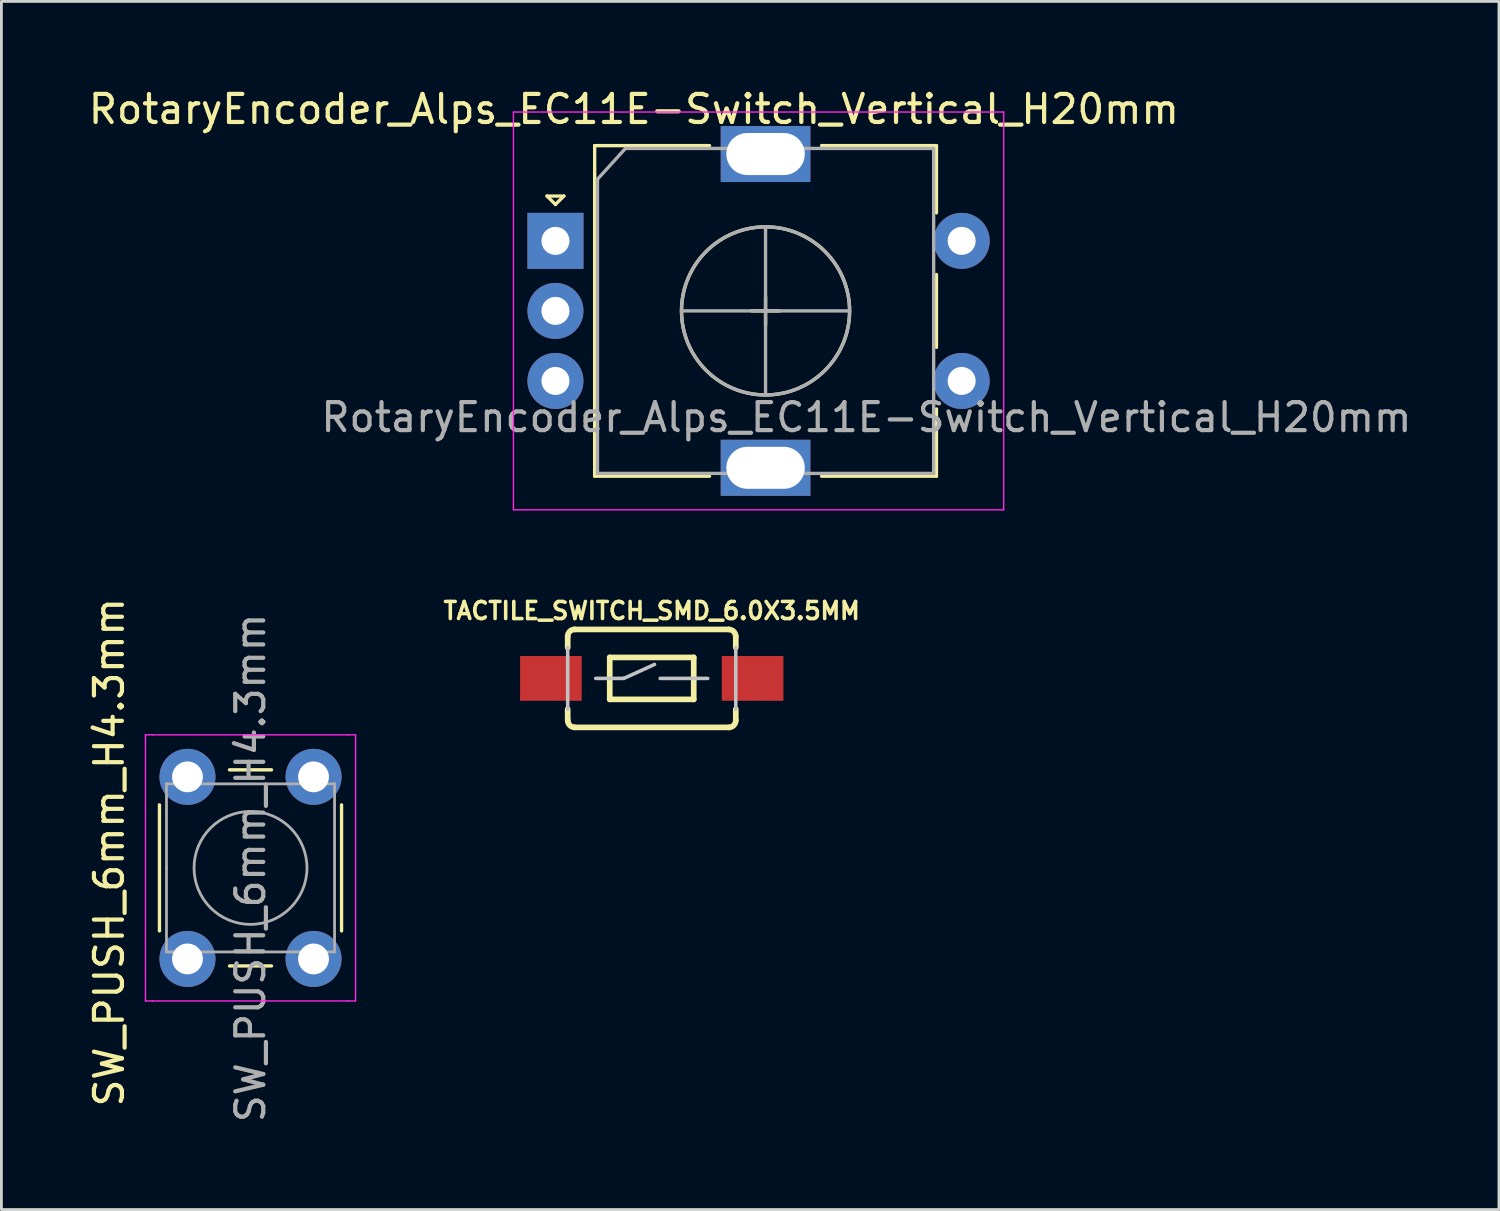
<source format=kicad_pcb>
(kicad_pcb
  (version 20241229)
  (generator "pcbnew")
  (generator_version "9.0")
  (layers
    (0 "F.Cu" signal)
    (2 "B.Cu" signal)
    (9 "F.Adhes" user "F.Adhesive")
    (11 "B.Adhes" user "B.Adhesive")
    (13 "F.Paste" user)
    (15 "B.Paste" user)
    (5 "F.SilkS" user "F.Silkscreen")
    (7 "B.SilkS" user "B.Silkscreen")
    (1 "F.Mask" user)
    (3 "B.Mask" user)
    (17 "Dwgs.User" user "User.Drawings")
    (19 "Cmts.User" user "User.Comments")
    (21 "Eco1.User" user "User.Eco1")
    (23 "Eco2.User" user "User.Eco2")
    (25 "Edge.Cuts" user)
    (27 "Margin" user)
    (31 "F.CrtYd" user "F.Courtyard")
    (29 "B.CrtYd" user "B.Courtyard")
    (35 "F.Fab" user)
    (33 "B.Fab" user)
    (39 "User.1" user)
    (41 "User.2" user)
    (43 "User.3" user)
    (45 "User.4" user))
  (footprint "RotaryEncoder_Alps_EC11E-Switch_Vertical_H20mm"
    (layer "F.Cu")
    (at 16.777 5.548)
    (property "Reference" "RotaryEncoder_Alps_EC11E-Switch_Vertical_H20mm" (at 2.8 -4.7 0) (layer "F.SilkS") (effects (font (size 1 1) (thickness 0.15))))
    (attr through_hole)
    (fp_line (start -0.3 -1.6) (end 0.3 -1.6) (stroke (width 0.12) (type solid)) (layer "F.SilkS"))
    (fp_line (start 0 -1.3) (end -0.3 -1.6) (stroke (width 0.12) (type solid)) (layer "F.SilkS"))
    (fp_line (start 0.3 -1.6) (end 0 -1.3) (stroke (width 0.12) (type solid)) (layer "F.SilkS"))
    (fp_line (start 1.4 -3.4) (end 1.4 8.4) (stroke (width 0.12) (type solid)) (layer "F.SilkS"))
    (fp_line (start 5.5 -3.4) (end 1.4 -3.4) (stroke (width 0.12) (type solid)) (layer "F.SilkS"))
    (fp_line (start 5.5 8.4) (end 1.4 8.4) (stroke (width 0.12) (type solid)) (layer "F.SilkS"))
    (fp_line (start 7 2.5) (end 8 2.5) (stroke (width 0.12) (type solid)) (layer "F.SilkS"))
    (fp_line (start 7.5 2) (end 7.5 3) (stroke (width 0.12) (type solid)) (layer "F.SilkS"))
    (fp_line (start 9.5 -3.4) (end 13.6 -3.4) (stroke (width 0.12) (type solid)) (layer "F.SilkS"))
    (fp_line (start 13.6 -3.4) (end 13.6 -1) (stroke (width 0.12) (type solid)) (layer "F.SilkS"))
    (fp_line (start 13.6 1.2) (end 13.6 3.8) (stroke (width 0.12) (type solid)) (layer "F.SilkS"))
    (fp_line (start 13.6 6) (end 13.6 8.4) (stroke (width 0.12) (type solid)) (layer "F.SilkS"))
    (fp_line (start 13.6 8.4) (end 9.5 8.4) (stroke (width 0.12) (type solid)) (layer "F.SilkS"))
    (fp_circle (center 7.5 2.5) (end 10.5 2.5) (stroke (width 0.12) (type solid)) (fill no) (layer "F.SilkS"))
    (fp_line (start -1.5 -4.6) (end -1.5 9.6) (stroke (width 0.05) (type solid)) (layer "F.CrtYd"))
    (fp_line (start -1.5 -4.6) (end 16 -4.6) (stroke (width 0.05) (type solid)) (layer "F.CrtYd"))
    (fp_line (start 16 9.6) (end -1.5 9.6) (stroke (width 0.05) (type solid)) (layer "F.CrtYd"))
    (fp_line (start 16 9.6) (end 16 -4.6) (stroke (width 0.05) (type solid)) (layer "F.CrtYd"))
    (fp_line (start 1.5 -2.2) (end 2.5 -3.3) (stroke (width 0.12) (type solid)) (layer "F.Fab"))
    (fp_line (start 1.5 8.3) (end 1.5 -2.2) (stroke (width 0.12) (type solid)) (layer "F.Fab"))
    (fp_line (start 2.5 -3.3) (end 13.5 -3.3) (stroke (width 0.12) (type solid)) (layer "F.Fab"))
    (fp_line (start 4.5 2.5) (end 10.5 2.5) (stroke (width 0.12) (type solid)) (layer "F.Fab"))
    (fp_line (start 7.5 -0.5) (end 7.5 5.5) (stroke (width 0.12) (type solid)) (layer "F.Fab"))
    (fp_line (start 13.5 -3.3) (end 13.5 8.3) (stroke (width 0.12) (type solid)) (layer "F.Fab"))
    (fp_line (start 13.5 8.3) (end 1.5 8.3) (stroke (width 0.12) (type solid)) (layer "F.Fab"))
    (fp_circle (center 7.5 2.5) (end 10.5 2.5) (stroke (width 0.12) (type solid)) (fill no) (layer "F.Fab"))
    (fp_text user "${REFERENCE}" (at 11.1 6.3 0) (layer "F.Fab") (effects (font (size 1 1) (thickness 0.15))))
    (pad "A" thru_hole rect (at 0 0) (size 2 2) (drill 1) (layers "*.Cu" "*.Mask"))
    (pad "B" thru_hole circle (at 0 5) (size 2 2) (drill 1) (layers "*.Cu" "*.Mask"))
    (pad "C" thru_hole circle (at 0 2.5) (size 2 2) (drill 1) (layers "*.Cu" "*.Mask"))
    (pad "MP" thru_hole rect (at 7.5 -3.1) (size 3.2 2) (drill oval 2.8 1.5) (layers "*.Cu" "*.Mask"))
    (pad "MP" thru_hole rect (at 7.5 8.1) (size 3.2 2) (drill oval 2.8 1.5) (layers "*.Cu" "*.Mask"))
    (pad "S1" thru_hole circle (at 14.5 5) (size 2 2) (drill 1) (layers "*.Cu" "*.Mask"))
    (pad "S2" thru_hole circle (at 14.5 0) (size 2 2) (drill 1) (layers "*.Cu" "*.Mask")))
  (footprint "TACTILE_SWITCH_SMD_6.0X3.5MM"
    (layer "F.Cu")
    (at 20.214 21.166)
    (property "Reference" "TACTILE_SWITCH_SMD_6.0X3.5MM" (at 0 -2.413 0) (layer "F.SilkS") (effects (font (size 0.61 0.61) (thickness 0.127))))
    (attr smd)
    (fp_line (start -3 -1.1) (end -3 -1.499) (stroke (width 0.203) (type solid)) (layer "F.SilkS"))
    (fp_line (start -3 1.499) (end -3 1.1) (stroke (width 0.203) (type solid)) (layer "F.SilkS"))
    (fp_line (start -2.748 -1.748) (end 2.748 -1.748) (stroke (width 0.203) (type solid)) (layer "F.SilkS"))
    (fp_line (start -1.499 -0.749) (end 1.499 -0.749) (stroke (width 0.203) (type solid)) (layer "F.SilkS"))
    (fp_line (start -1.499 0.749) (end -1.499 -0.749) (stroke (width 0.203) (type solid)) (layer "F.SilkS"))
    (fp_line (start 1.499 0.749) (end -1.499 0.749) (stroke (width 0.203) (type solid)) (layer "F.SilkS"))
    (fp_line (start 1.499 0.749) (end 1.499 -0.749) (stroke (width 0.203) (type solid)) (layer "F.SilkS"))
    (fp_line (start 2.748 1.748) (end -2.748 1.748) (stroke (width 0.203) (type solid)) (layer "F.SilkS"))
    (fp_line (start 3 -1.1) (end 3 -1.499) (stroke (width 0.203) (type solid)) (layer "F.SilkS"))
    (fp_line (start 3 1.499) (end 3 1.1) (stroke (width 0.203) (type solid)) (layer "F.SilkS"))
    (fp_arc (start -2.99974 -1.4986) (mid -2.926089 -1.676409) (end -2.74828 -1.75006) (stroke (width 0.2032) (type solid)) (layer "F.SilkS"))
    (fp_arc (start -2.74828 1.74752) (mid -2.924293 1.674613) (end -2.9972 1.4986) (stroke (width 0.2032) (type solid)) (layer "F.SilkS"))
    (fp_arc (start 2.74828 -1.74752) (mid 2.924293 -1.674613) (end 2.9972 -1.4986) (stroke (width 0.2032) (type solid)) (layer "F.SilkS"))
    (fp_arc (start 2.99974 1.4986) (mid 2.926089 1.676409) (end 2.74828 1.75006) (stroke (width 0.2032) (type solid)) (layer "F.SilkS"))
    (fp_line (start -3 -1.1) (end -3 1.1) (stroke (width 0.127) (type solid)) (layer "Dwgs.User"))
    (fp_line (start -1.999 0) (end -0.998 0) (stroke (width 0.127) (type solid)) (layer "Dwgs.User"))
    (fp_line (start -0.998 0) (end 0.099 -0.498) (stroke (width 0.127) (type solid)) (layer "Dwgs.User"))
    (fp_line (start 0.3 0) (end 1.999 0) (stroke (width 0.127) (type solid)) (layer "Dwgs.User"))
    (fp_line (start 3 -1.1) (end 3 1.1) (stroke (width 0.127) (type solid)) (layer "Dwgs.User"))
    (pad "1" smd rect (at -3.6 0 180) (size 2.2 1.598) (layers "F.Cu" "F.Mask" "F.Paste"))
    (pad "2" smd rect (at 3.6 0 180) (size 2.2 1.598) (layers "F.Cu" "F.Mask" "F.Paste")))
  (footprint "SW_PUSH_6mm_H4.3mm"
    (layer "F.Cu")
    (at 5.928 27.878)
    (property "Reference" "SW_PUSH_6mm_H4.3mm" (at -5.08 -0.508 270) (layer "F.SilkS") (effects (font (size 1 1) (thickness 0.15))))
    (attr through_hole)
    (fp_line (start -3.286 -2.198) (end -3.286 2.302) (stroke (width 0.12) (type solid)) (layer "F.SilkS"))
    (fp_line (start -0.786 3.552) (end 0.714 3.552) (stroke (width 0.12) (type solid)) (layer "F.SilkS"))
    (fp_line (start 0.714 -3.448) (end -0.786 -3.448) (stroke (width 0.12) (type solid)) (layer "F.SilkS"))
    (fp_line (start 3.214 2.302) (end 3.214 -2.198) (stroke (width 0.12) (type solid)) (layer "F.SilkS"))
    (fp_line (start -3.786 -4.698) (end -3.536 -4.698) (stroke (width 0.05) (type solid)) (layer "F.CrtYd"))
    (fp_line (start -3.786 -4.448) (end -3.786 -4.698) (stroke (width 0.05) (type solid)) (layer "F.CrtYd"))
    (fp_line (start -3.786 4.552) (end -3.786 -4.448) (stroke (width 0.05) (type solid)) (layer "F.CrtYd"))
    (fp_line (start -3.786 4.802) (end -3.786 4.552) (stroke (width 0.05) (type solid)) (layer "F.CrtYd"))
    (fp_line (start -3.536 -4.698) (end 3.464 -4.698) (stroke (width 0.05) (type solid)) (layer "F.CrtYd"))
    (fp_line (start -3.536 4.802) (end -3.786 4.802) (stroke (width 0.05) (type solid)) (layer "F.CrtYd"))
    (fp_line (start 3.464 4.802) (end -3.536 4.802) (stroke (width 0.05) (type solid)) (layer "F.CrtYd"))
    (fp_line (start 3.464 4.802) (end 3.714 4.802) (stroke (width 0.05) (type solid)) (layer "F.CrtYd"))
    (fp_line (start 3.714 -4.698) (end 3.464 -4.698) (stroke (width 0.05) (type solid)) (layer "F.CrtYd"))
    (fp_line (start 3.714 -4.448) (end 3.714 -4.698) (stroke (width 0.05) (type solid)) (layer "F.CrtYd"))
    (fp_line (start 3.714 -4.448) (end 3.714 4.552) (stroke (width 0.05) (type solid)) (layer "F.CrtYd"))
    (fp_line (start 3.714 4.802) (end 3.714 4.552) (stroke (width 0.05) (type solid)) (layer "F.CrtYd"))
    (fp_line (start -3.036 -2.948) (end 2.964 -2.948) (stroke (width 0.1) (type solid)) (layer "F.Fab"))
    (fp_line (start -3.036 0.052) (end -3.036 -2.948) (stroke (width 0.1) (type solid)) (layer "F.Fab"))
    (fp_line (start -3.036 3.052) (end -3.036 0.052) (stroke (width 0.1) (type solid)) (layer "F.Fab"))
    (fp_line (start 2.964 -2.948) (end 2.964 3.052) (stroke (width 0.1) (type solid)) (layer "F.Fab"))
    (fp_line (start 2.964 3.052) (end -3.036 3.052) (stroke (width 0.1) (type solid)) (layer "F.Fab"))
    (fp_circle (center -0.036 0.052) (end 0.214 2.052) (stroke (width 0.1) (type solid)) (fill no) (layer "F.Fab"))
    (fp_text user "${REFERENCE}" (at -0.036 0.052 90) (layer "F.Fab") (effects (font (size 1 1) (thickness 0.15))))
    (pad "1" thru_hole circle (at -2.286 -3.198 180) (size 2 2) (drill 1.1) (layers "*.Cu" "*.Mask"))
    (pad "2" thru_hole circle (at -2.286 3.302 180) (size 2 2) (drill 1.1) (layers "*.Cu" "*.Mask"))
    (pad "3" thru_hole circle (at 2.214 -3.198 180) (size 2 2) (drill 1.1) (layers "*.Cu" "*.Mask"))
    (pad "4" thru_hole circle (at 2.214 3.302 180) (size 2 2) (drill 1.1) (layers "*.Cu" "*.Mask")))
  (gr_rect
    (start -3 -3)
    (end 50.455 40.126)
    (stroke (width 0.1) (type default))
    (fill no)
    (layer "Edge.Cuts")))
</source>
